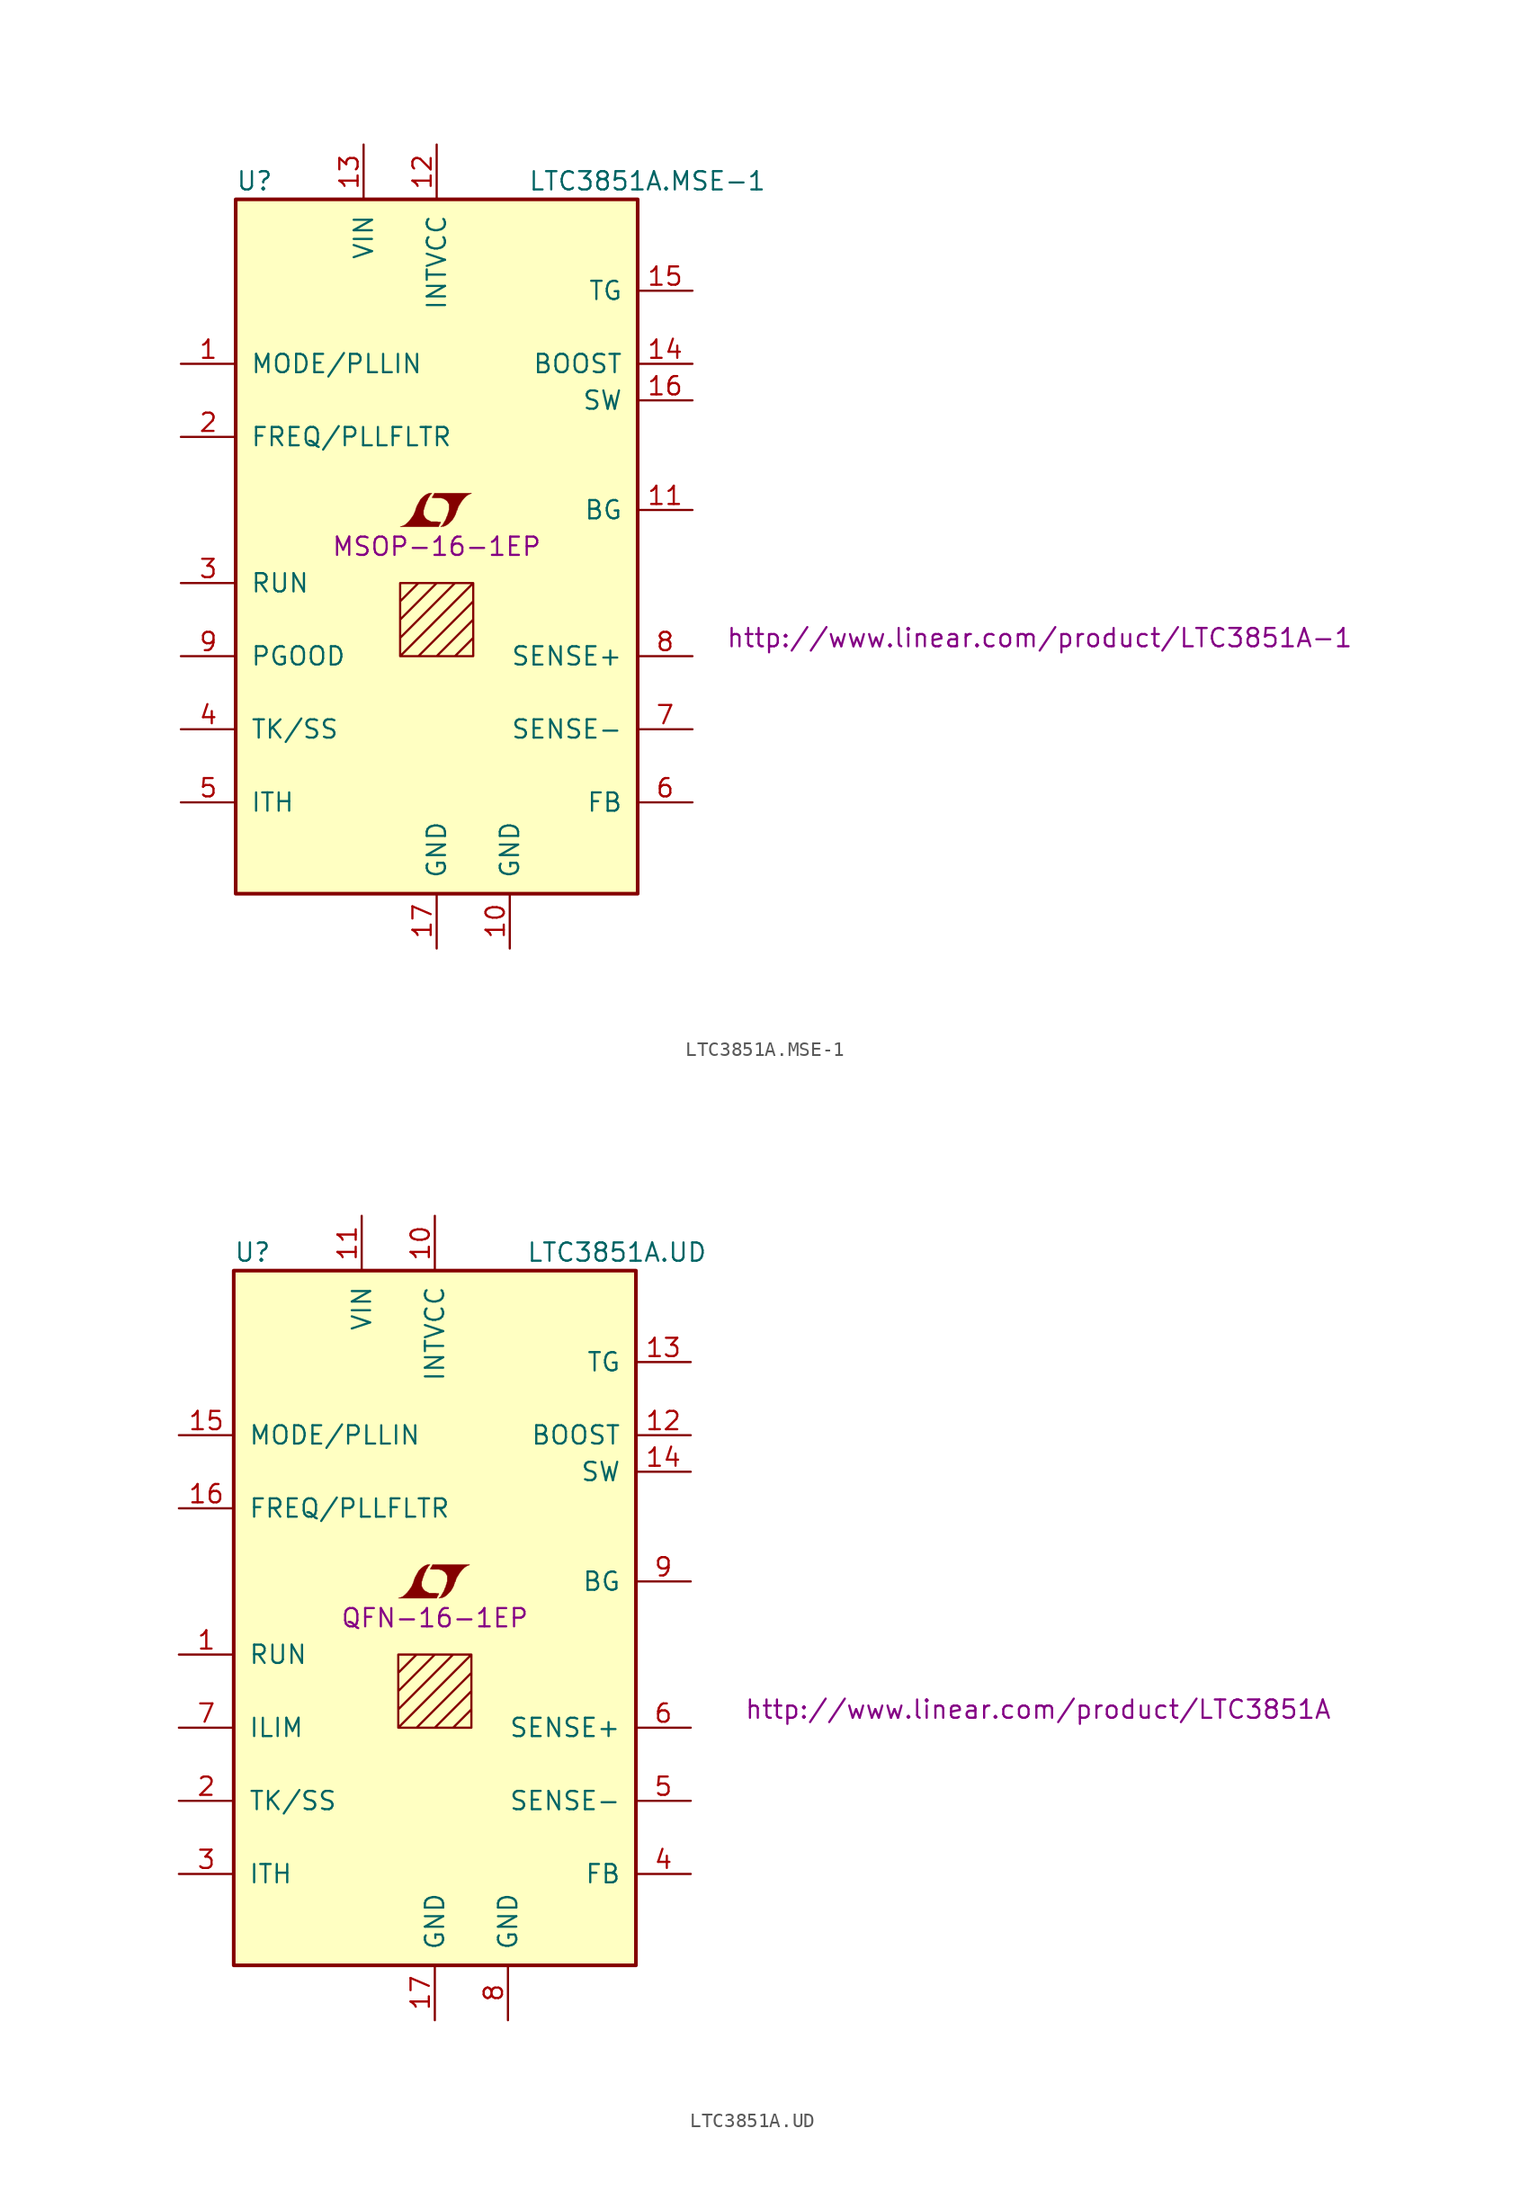
<source format=kicad_sym>
(kicad_symbol_lib
  (version 20201005)
  (generator kicad_symbol_editor)
  (symbol "LTC3851A.MSE-1"
    (pin_names
      (offset 1.016))
    (property "Reference" "U"
      (at -13.97 25.4 0)
      (effects (font (size 1.27 1.27)) (justify left)))
    (property "Value" "LTC3851A.MSE-1"
      (at 6.35 25.4 0)
      (effects (font (size 1.27 1.27)) (justify left)))
    (property "Footprint" "MSOP-16-1EP"
      (at 0 0 0)
      (effects (font (size 1.27 1.27))))
    (property "Datasheet" "http://www.linear.com/product/LTC3851A-1"
      (at 41.91 -6.35 0)
      (effects (font (size 1.27 1.27))))
    (symbol "LTC3851A.MSE-1_0_0"
      (polyline (pts (xy 0.203 1.549) (xy 0.229 1.575) (xy 0.279 1.676) (xy 0.279 1.702) (xy 0.152 1.702) (xy 0.051 1.727) (xy -0.406 1.727) (xy -0.432 1.753) (xy -0.686 1.88) (xy -0.787 1.981) (xy -0.864 2.108) (xy -0.914 2.21) (xy -0.914 2.515) (xy -0.864 2.667) (xy -0.838 2.769) (xy -0.813 2.845) (xy -0.762 2.972) (xy -0.711 3.124) (xy -0.635 3.251) (xy -0.584 3.378) (xy -0.508 3.48) (xy -0.457 3.581) (xy -0.33 3.708) (xy -0.508 3.708) (xy -0.635 3.658) (xy -0.737 3.607) (xy -0.813 3.556) (xy -0.94 3.454) (xy -1.118 3.277) (xy -1.372 2.819) (xy -1.473 2.54) (xy -1.473 2.489) (xy -1.524 2.388) (xy -1.575 2.261) (xy -1.626 2.159) (xy -1.753 1.981) (xy -1.905 1.778) (xy -2.057 1.626) (xy -2.21 1.499) (xy -2.388 1.422) (xy -2.54 1.372) (xy 0.127 1.372) (xy 0.203 1.549)) (stroke (width 0.025)) (fill (type outline)))
      (polyline (pts (xy 0.406 1.397) (xy 0.483 1.397) (xy 0.66 1.473) (xy 0.813 1.575) (xy 1.092 1.854) (xy 1.219 2.057) (xy 1.321 2.261) (xy 1.397 2.515) (xy 1.422 2.515) (xy 1.499 2.769) (xy 1.753 3.175) (xy 1.905 3.353) (xy 2.057 3.505) (xy 2.21 3.607) (xy 2.388 3.683) (xy 2.413 3.683) (xy 2.413 3.708) (xy -0.152 3.708) (xy -0.229 3.556) (xy -0.254 3.531) (xy -0.305 3.429) (xy -0.33 3.404) (xy -0.279 3.404) (xy -0.229 3.378) (xy 0.305 3.378) (xy 0.356 3.353) (xy 0.406 3.353) (xy 0.483 3.327) (xy 0.61 3.251) (xy 0.737 3.15) (xy 0.813 3.023) (xy 0.838 2.972) (xy 0.864 2.946) (xy 0.864 2.54) (xy 0.838 2.489) (xy 0.838 2.413) (xy 0.787 2.311) (xy 0.762 2.184) (xy 0.686 2.032) (xy 0.635 1.88) (xy 0.483 1.626) (xy 0.432 1.524) (xy 0.279 1.372) (xy 0.406 1.397)) (stroke (width 0.025)) (fill (type outline))))
    (symbol "LTC3851A.MSE-1_0_1"
      (rectangle (start -13.97 24.13) (end 13.97 -24.13) (stroke (width 0.254)) (fill (type background)))
      (polyline (pts (xy -2.54 -3.81) (xy -1.27 -2.54) (xy 0 -2.54) (xy -2.54 -5.08) (xy -2.54 -6.35) (xy 1.27 -2.54) (xy 2.54 -2.54) (xy -2.54 -7.62) (xy -1.27 -7.62) (xy 2.54 -3.81) (xy 2.54 -5.08) (xy 0 -7.62) (xy 1.27 -7.62) (xy 2.54 -6.35) (xy 2.54 -7.62) (xy -2.54 -7.62) (xy -2.54 -2.54) (xy 2.54 -2.54) (xy 2.54 -7.62)) (stroke (width 0)) (fill (type none))))
    (symbol "LTC3851A.MSE-1_1_1"
      (pin input line (at -17.78 12.7 0) (length 3.81) (name "MODE/PLLIN" (effects (font (size 1.27 1.27)))) (number "1" (effects (font (size 1.27 1.27)))))
      (pin power_in line (at 5.08 -27.94 90) (length 3.81) (name "GND" (effects (font (size 1.27 1.27)))) (number "10" (effects (font (size 1.27 1.27)))))
      (pin passive line (at 17.78 2.54 180) (length 3.81) (name "BG" (effects (font (size 1.27 1.27)))) (number "11" (effects (font (size 1.27 1.27)))))
      (pin passive line (at 0 27.94 270) (length 3.81) (name "INTVCC" (effects (font (size 1.27 1.27)))) (number "12" (effects (font (size 1.27 1.27)))))
      (pin power_in line (at -5.08 27.94 270) (length 3.81) (name "VIN" (effects (font (size 1.27 1.27)))) (number "13" (effects (font (size 1.27 1.27)))))
      (pin passive line (at 17.78 12.7 180) (length 3.81) (name "BOOST" (effects (font (size 1.27 1.27)))) (number "14" (effects (font (size 1.27 1.27)))))
      (pin passive line (at 17.78 17.78 180) (length 3.81) (name "TG" (effects (font (size 1.27 1.27)))) (number "15" (effects (font (size 1.27 1.27)))))
      (pin passive line (at 17.78 10.16 180) (length 3.81) (name "SW" (effects (font (size 1.27 1.27)))) (number "16" (effects (font (size 1.27 1.27)))))
      (pin power_in line (at 0 -27.94 90) (length 3.81) (name "GND" (effects (font (size 1.27 1.27)))) (number "17" (effects (font (size 1.27 1.27)))))
      (pin input line (at -17.78 7.62 0) (length 3.81) (name "FREQ/PLLFLTR" (effects (font (size 1.27 1.27)))) (number "2" (effects (font (size 1.27 1.27)))))
      (pin input line (at -17.78 -2.54 0) (length 3.81) (name "RUN" (effects (font (size 1.27 1.27)))) (number "3" (effects (font (size 1.27 1.27)))))
      (pin passive line (at -17.78 -12.7 0) (length 3.81) (name "TK/SS" (effects (font (size 1.27 1.27)))) (number "4" (effects (font (size 1.27 1.27)))))
      (pin passive line (at -17.78 -17.78 0) (length 3.81) (name "ITH" (effects (font (size 1.27 1.27)))) (number "5" (effects (font (size 1.27 1.27)))))
      (pin passive line (at 17.78 -17.78 180) (length 3.81) (name "FB" (effects (font (size 1.27 1.27)))) (number "6" (effects (font (size 1.27 1.27)))))
      (pin passive line (at 17.78 -12.7 180) (length 3.81) (name "SENSE-" (effects (font (size 1.27 1.27)))) (number "7" (effects (font (size 1.27 1.27)))))
      (pin passive line (at 17.78 -7.62 180) (length 3.81) (name "SENSE+" (effects (font (size 1.27 1.27)))) (number "8" (effects (font (size 1.27 1.27)))))
      (pin open_collector line (at -17.78 -7.62 0) (length 3.81) (name "PGOOD" (effects (font (size 1.27 1.27)))) (number "9" (effects (font (size 1.27 1.27)))))))
  (symbol "LTC3851A.UD"
    (pin_names
      (offset 1.016))
    (property "Reference" "U"
      (at -13.97 25.4 0)
      (effects (font (size 1.27 1.27)) (justify left)))
    (property "Value" "LTC3851A.UD"
      (at 6.35 25.4 0)
      (effects (font (size 1.27 1.27)) (justify left)))
    (property "Footprint" "QFN-16-1EP"
      (at 0 0 0)
      (effects (font (size 1.27 1.27))))
    (property "Datasheet" "http://www.linear.com/product/LTC3851A"
      (at 41.91 -6.35 0)
      (effects (font (size 1.27 1.27))))
    (symbol "LTC3851A.UD_0_0"
      (polyline (pts (xy 0.203 1.549) (xy 0.229 1.575) (xy 0.279 1.676) (xy 0.279 1.702) (xy 0.152 1.702) (xy 0.051 1.727) (xy -0.406 1.727) (xy -0.432 1.753) (xy -0.686 1.88) (xy -0.787 1.981) (xy -0.864 2.108) (xy -0.914 2.21) (xy -0.914 2.515) (xy -0.864 2.667) (xy -0.838 2.769) (xy -0.813 2.845) (xy -0.762 2.972) (xy -0.711 3.124) (xy -0.635 3.251) (xy -0.584 3.378) (xy -0.508 3.48) (xy -0.457 3.581) (xy -0.33 3.708) (xy -0.508 3.708) (xy -0.635 3.658) (xy -0.737 3.607) (xy -0.813 3.556) (xy -0.94 3.454) (xy -1.118 3.277) (xy -1.372 2.819) (xy -1.473 2.54) (xy -1.473 2.489) (xy -1.524 2.388) (xy -1.575 2.261) (xy -1.626 2.159) (xy -1.753 1.981) (xy -1.905 1.778) (xy -2.057 1.626) (xy -2.21 1.499) (xy -2.388 1.422) (xy -2.54 1.372) (xy 0.127 1.372) (xy 0.203 1.549)) (stroke (width 0.025)) (fill (type outline)))
      (polyline (pts (xy 0.406 1.397) (xy 0.483 1.397) (xy 0.66 1.473) (xy 0.813 1.575) (xy 1.092 1.854) (xy 1.219 2.057) (xy 1.321 2.261) (xy 1.397 2.515) (xy 1.422 2.515) (xy 1.499 2.769) (xy 1.753 3.175) (xy 1.905 3.353) (xy 2.057 3.505) (xy 2.21 3.607) (xy 2.388 3.683) (xy 2.413 3.683) (xy 2.413 3.708) (xy -0.152 3.708) (xy -0.229 3.556) (xy -0.254 3.531) (xy -0.305 3.429) (xy -0.33 3.404) (xy -0.279 3.404) (xy -0.229 3.378) (xy 0.305 3.378) (xy 0.356 3.353) (xy 0.406 3.353) (xy 0.483 3.327) (xy 0.61 3.251) (xy 0.737 3.15) (xy 0.813 3.023) (xy 0.838 2.972) (xy 0.864 2.946) (xy 0.864 2.54) (xy 0.838 2.489) (xy 0.838 2.413) (xy 0.787 2.311) (xy 0.762 2.184) (xy 0.686 2.032) (xy 0.635 1.88) (xy 0.483 1.626) (xy 0.432 1.524) (xy 0.279 1.372) (xy 0.406 1.397)) (stroke (width 0.025)) (fill (type outline))))
    (symbol "LTC3851A.UD_0_1"
      (rectangle (start -13.97 24.13) (end 13.97 -24.13) (stroke (width 0.254)) (fill (type background)))
      (polyline (pts (xy -2.54 -3.81) (xy -1.27 -2.54) (xy 0 -2.54) (xy -2.54 -5.08) (xy -2.54 -6.35) (xy 1.27 -2.54) (xy 2.54 -2.54) (xy -2.54 -7.62) (xy -1.27 -7.62) (xy 2.54 -3.81) (xy 2.54 -5.08) (xy 0 -7.62) (xy 1.27 -7.62) (xy 2.54 -6.35) (xy 2.54 -7.62) (xy -2.54 -7.62) (xy -2.54 -2.54) (xy 2.54 -2.54) (xy 2.54 -7.62)) (stroke (width 0)) (fill (type none))))
    (symbol "LTC3851A.UD_1_1"
      (pin input line (at -17.78 -2.54 0) (length 3.81) (name "RUN" (effects (font (size 1.27 1.27)))) (number "1" (effects (font (size 1.27 1.27)))))
      (pin passive line (at 0 27.94 270) (length 3.81) (name "INTVCC" (effects (font (size 1.27 1.27)))) (number "10" (effects (font (size 1.27 1.27)))))
      (pin power_in line (at -5.08 27.94 270) (length 3.81) (name "VIN" (effects (font (size 1.27 1.27)))) (number "11" (effects (font (size 1.27 1.27)))))
      (pin passive line (at 17.78 12.7 180) (length 3.81) (name "BOOST" (effects (font (size 1.27 1.27)))) (number "12" (effects (font (size 1.27 1.27)))))
      (pin passive line (at 17.78 17.78 180) (length 3.81) (name "TG" (effects (font (size 1.27 1.27)))) (number "13" (effects (font (size 1.27 1.27)))))
      (pin passive line (at 17.78 10.16 180) (length 3.81) (name "SW" (effects (font (size 1.27 1.27)))) (number "14" (effects (font (size 1.27 1.27)))))
      (pin input line (at -17.78 12.7 0) (length 3.81) (name "MODE/PLLIN" (effects (font (size 1.27 1.27)))) (number "15" (effects (font (size 1.27 1.27)))))
      (pin input line (at -17.78 7.62 0) (length 3.81) (name "FREQ/PLLFLTR" (effects (font (size 1.27 1.27)))) (number "16" (effects (font (size 1.27 1.27)))))
      (pin power_in line (at 0 -27.94 90) (length 3.81) (name "GND" (effects (font (size 1.27 1.27)))) (number "17" (effects (font (size 1.27 1.27)))))
      (pin passive line (at -17.78 -12.7 0) (length 3.81) (name "TK/SS" (effects (font (size 1.27 1.27)))) (number "2" (effects (font (size 1.27 1.27)))))
      (pin passive line (at -17.78 -17.78 0) (length 3.81) (name "ITH" (effects (font (size 1.27 1.27)))) (number "3" (effects (font (size 1.27 1.27)))))
      (pin passive line (at 17.78 -17.78 180) (length 3.81) (name "FB" (effects (font (size 1.27 1.27)))) (number "4" (effects (font (size 1.27 1.27)))))
      (pin passive line (at 17.78 -12.7 180) (length 3.81) (name "SENSE-" (effects (font (size 1.27 1.27)))) (number "5" (effects (font (size 1.27 1.27)))))
      (pin passive line (at 17.78 -7.62 180) (length 3.81) (name "SENSE+" (effects (font (size 1.27 1.27)))) (number "6" (effects (font (size 1.27 1.27)))))
      (pin passive line (at -17.78 -7.62 0) (length 3.81) (name "ILIM" (effects (font (size 1.27 1.27)))) (number "7" (effects (font (size 1.27 1.27)))))
      (pin power_in line (at 5.08 -27.94 90) (length 3.81) (name "GND" (effects (font (size 1.27 1.27)))) (number "8" (effects (font (size 1.27 1.27)))))
      (pin passive line (at 17.78 2.54 180) (length 3.81) (name "BG" (effects (font (size 1.27 1.27)))) (number "9" (effects (font (size 1.27 1.27))))))))
</source>
